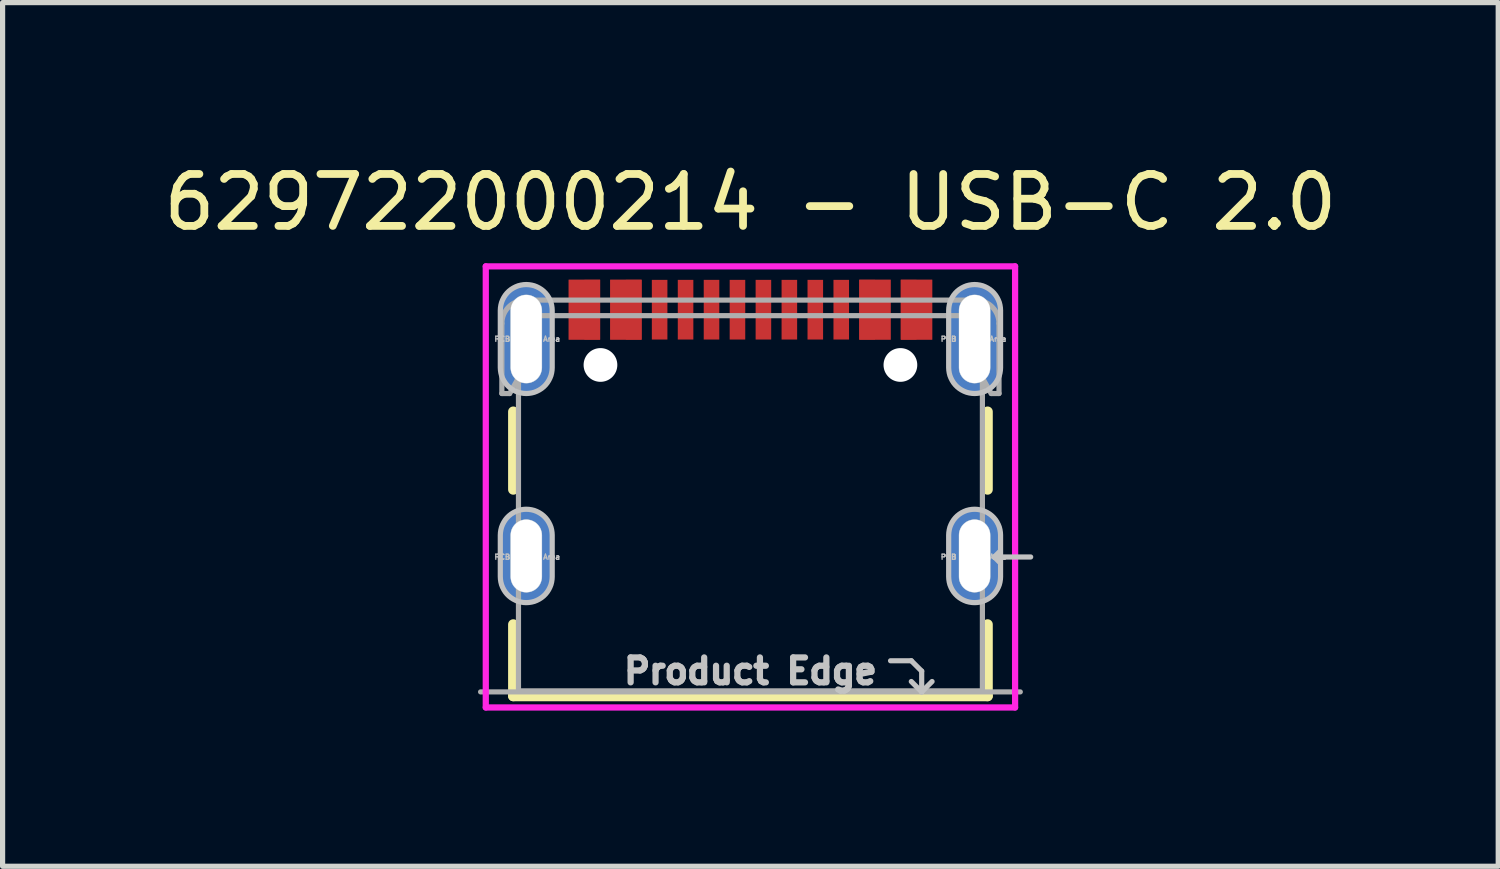
<source format=kicad_pcb>
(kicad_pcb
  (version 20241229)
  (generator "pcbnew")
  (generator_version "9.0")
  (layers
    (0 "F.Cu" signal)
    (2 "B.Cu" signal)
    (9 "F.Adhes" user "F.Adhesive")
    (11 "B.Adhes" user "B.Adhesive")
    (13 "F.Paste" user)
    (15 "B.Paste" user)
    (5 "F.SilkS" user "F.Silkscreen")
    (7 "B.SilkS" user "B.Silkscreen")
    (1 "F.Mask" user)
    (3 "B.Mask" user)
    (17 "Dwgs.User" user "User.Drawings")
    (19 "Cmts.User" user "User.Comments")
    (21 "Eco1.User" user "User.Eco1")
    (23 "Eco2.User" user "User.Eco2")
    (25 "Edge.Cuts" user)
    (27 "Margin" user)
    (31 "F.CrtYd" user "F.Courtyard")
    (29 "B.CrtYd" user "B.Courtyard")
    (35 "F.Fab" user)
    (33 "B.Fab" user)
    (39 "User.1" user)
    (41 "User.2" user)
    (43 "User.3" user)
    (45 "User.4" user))
  (footprint "629722000214 - USB-C 2.0"
    (layer "F.Cu")
    (at 11.411 7.663)
    (property "Reference" "629722000214 - USB-C 2.0" (at 0 -6.815 0) (layer "F.SilkS") (effects (font (size 1 1) (thickness 0.15))))
    (attr through_hole)
    (fp_poly (pts (xy -3.6 -5.42) (xy -3.6 -4.07) (xy -2.8 -4.07) (xy -2.8 -5.42)) (stroke (width 0.01) (type solid)) (fill yes) (layer "F.Mask"))
    (fp_poly (pts (xy -2.8 -5.42) (xy -2.8 -4.07) (xy -2 -4.07) (xy -2 -5.42)) (stroke (width 0.01) (type solid)) (fill yes) (layer "F.Mask"))
    (fp_poly (pts (xy 2 -5.42) (xy 2 -4.07) (xy 2.8 -4.07) (xy 2.8 -5.42)) (stroke (width 0.01) (type solid)) (fill yes) (layer "F.Mask"))
    (fp_poly (pts (xy 2.8 -5.42) (xy 2.8 -4.07) (xy 3.6 -4.07) (xy 3.6 -5.42)) (stroke (width 0.01) (type solid)) (fill yes) (layer "F.Mask"))
    (fp_poly (pts (xy -3.72 -3.63) (xy -3.723 -3.567) (xy -3.733 -3.505) (xy -3.749 -3.445) (xy -3.772 -3.386) (xy -3.8 -3.33) (xy -3.835 -3.277) (xy -3.874 -3.229) (xy -3.919 -3.184) (xy -3.967 -3.145) (xy -4.02 -3.11) (xy -4.076 -3.082) (xy -4.135 -3.059) (xy -4.195 -3.043) (xy -4.257 -3.033) (xy -4.32 -3.03) (xy -4.383 -3.033) (xy -4.445 -3.043) (xy -4.505 -3.059) (xy -4.564 -3.082) (xy -4.62 -3.11) (xy -4.673 -3.145) (xy -4.721 -3.184) (xy -4.766 -3.229) (xy -4.805 -3.277) (xy -4.84 -3.33) (xy -4.868 -3.386) (xy -4.891 -3.445) (xy -4.907 -3.505) (xy -4.917 -3.567) (xy -4.92 -3.63) (xy -4.92 -4.73) (xy -4.917 -4.793) (xy -4.907 -4.855) (xy -4.891 -4.915) (xy -4.868 -4.974) (xy -4.84 -5.03) (xy -4.805 -5.083) (xy -4.766 -5.131) (xy -4.721 -5.176) (xy -4.673 -5.215) (xy -4.62 -5.25) (xy -4.564 -5.278) (xy -4.505 -5.301) (xy -4.445 -5.317) (xy -4.383 -5.327) (xy -4.32 -5.33) (xy -4.257 -5.327) (xy -4.195 -5.317) (xy -4.135 -5.301) (xy -4.076 -5.278) (xy -4.02 -5.25) (xy -3.967 -5.215) (xy -3.919 -5.176) (xy -3.874 -5.131) (xy -3.835 -5.083) (xy -3.8 -5.03) (xy -3.772 -4.974) (xy -3.749 -4.915) (xy -3.733 -4.855) (xy -3.723 -4.793) (xy -3.72 -4.73) (xy -3.72 -3.63)) (stroke (width 0.1) (type solid)) (fill yes) (layer "F.Mask"))
    (fp_poly (pts (xy -3.72 0.4) (xy -3.723 0.463) (xy -3.733 0.525) (xy -3.749 0.585) (xy -3.772 0.644) (xy -3.8 0.7) (xy -3.835 0.753) (xy -3.874 0.801) (xy -3.919 0.846) (xy -3.967 0.885) (xy -4.02 0.92) (xy -4.076 0.948) (xy -4.135 0.971) (xy -4.195 0.987) (xy -4.257 0.997) (xy -4.32 1) (xy -4.383 0.997) (xy -4.445 0.987) (xy -4.505 0.971) (xy -4.564 0.948) (xy -4.62 0.92) (xy -4.673 0.885) (xy -4.721 0.846) (xy -4.766 0.801) (xy -4.805 0.753) (xy -4.84 0.7) (xy -4.868 0.644) (xy -4.891 0.585) (xy -4.907 0.525) (xy -4.917 0.463) (xy -4.92 0.4) (xy -4.92 -0.4) (xy -4.917 -0.463) (xy -4.907 -0.525) (xy -4.891 -0.585) (xy -4.868 -0.644) (xy -4.84 -0.7) (xy -4.805 -0.753) (xy -4.766 -0.801) (xy -4.721 -0.846) (xy -4.673 -0.885) (xy -4.62 -0.92) (xy -4.564 -0.948) (xy -4.505 -0.971) (xy -4.445 -0.987) (xy -4.383 -0.997) (xy -4.32 -1) (xy -4.257 -0.997) (xy -4.195 -0.987) (xy -4.135 -0.971) (xy -4.076 -0.948) (xy -4.02 -0.92) (xy -3.967 -0.885) (xy -3.919 -0.846) (xy -3.874 -0.801) (xy -3.835 -0.753) (xy -3.8 -0.7) (xy -3.772 -0.644) (xy -3.749 -0.585) (xy -3.733 -0.525) (xy -3.723 -0.463) (xy -3.72 -0.4) (xy -3.72 0.4)) (stroke (width 0.1) (type solid)) (fill yes) (layer "F.Mask"))
    (fp_poly (pts (xy 3.72 -3.63) (xy 3.723 -3.567) (xy 3.733 -3.505) (xy 3.749 -3.445) (xy 3.772 -3.386) (xy 3.8 -3.33) (xy 3.835 -3.277) (xy 3.874 -3.229) (xy 3.919 -3.184) (xy 3.967 -3.145) (xy 4.02 -3.11) (xy 4.076 -3.082) (xy 4.135 -3.059) (xy 4.195 -3.043) (xy 4.257 -3.033) (xy 4.32 -3.03) (xy 4.383 -3.033) (xy 4.445 -3.043) (xy 4.505 -3.059) (xy 4.564 -3.082) (xy 4.62 -3.11) (xy 4.673 -3.145) (xy 4.721 -3.184) (xy 4.766 -3.229) (xy 4.805 -3.277) (xy 4.84 -3.33) (xy 4.868 -3.386) (xy 4.891 -3.445) (xy 4.907 -3.505) (xy 4.917 -3.567) (xy 4.92 -3.63) (xy 4.92 -4.73) (xy 4.917 -4.793) (xy 4.907 -4.855) (xy 4.891 -4.915) (xy 4.868 -4.974) (xy 4.84 -5.03) (xy 4.805 -5.083) (xy 4.766 -5.131) (xy 4.721 -5.176) (xy 4.673 -5.215) (xy 4.62 -5.25) (xy 4.564 -5.278) (xy 4.505 -5.301) (xy 4.445 -5.317) (xy 4.383 -5.327) (xy 4.32 -5.33) (xy 4.257 -5.327) (xy 4.195 -5.317) (xy 4.135 -5.301) (xy 4.076 -5.278) (xy 4.02 -5.25) (xy 3.967 -5.215) (xy 3.919 -5.176) (xy 3.874 -5.131) (xy 3.835 -5.083) (xy 3.8 -5.03) (xy 3.772 -4.974) (xy 3.749 -4.915) (xy 3.733 -4.855) (xy 3.723 -4.793) (xy 3.72 -4.73) (xy 3.72 -3.63)) (stroke (width 0.1) (type solid)) (fill yes) (layer "F.Mask"))
    (fp_poly (pts (xy 3.72 0.4) (xy 3.723 0.463) (xy 3.733 0.525) (xy 3.749 0.585) (xy 3.772 0.644) (xy 3.8 0.7) (xy 3.835 0.753) (xy 3.874 0.801) (xy 3.919 0.846) (xy 3.967 0.885) (xy 4.02 0.92) (xy 4.076 0.948) (xy 4.135 0.971) (xy 4.195 0.987) (xy 4.257 0.997) (xy 4.32 1) (xy 4.383 0.997) (xy 4.445 0.987) (xy 4.505 0.971) (xy 4.564 0.948) (xy 4.62 0.92) (xy 4.673 0.885) (xy 4.721 0.846) (xy 4.766 0.801) (xy 4.805 0.753) (xy 4.84 0.7) (xy 4.868 0.644) (xy 4.891 0.585) (xy 4.907 0.525) (xy 4.917 0.463) (xy 4.92 0.4) (xy 4.92 -0.4) (xy 4.917 -0.463) (xy 4.907 -0.525) (xy 4.891 -0.585) (xy 4.868 -0.644) (xy 4.84 -0.7) (xy 4.805 -0.753) (xy 4.766 -0.801) (xy 4.721 -0.846) (xy 4.673 -0.885) (xy 4.62 -0.92) (xy 4.564 -0.948) (xy 4.505 -0.971) (xy 4.445 -0.987) (xy 4.383 -0.997) (xy 4.32 -1) (xy 4.257 -0.997) (xy 4.195 -0.987) (xy 4.135 -0.971) (xy 4.076 -0.948) (xy 4.02 -0.92) (xy 3.967 -0.885) (xy 3.919 -0.846) (xy 3.874 -0.801) (xy 3.835 -0.753) (xy 3.8 -0.7) (xy 3.772 -0.644) (xy 3.749 -0.585) (xy 3.733 -0.525) (xy 3.723 -0.463) (xy 3.72 -0.4) (xy 3.72 0.4)) (stroke (width 0.1) (type solid)) (fill yes) (layer "F.Mask"))
    (fp_poly (pts (xy -3.72 -3.63) (xy -3.723 -3.567) (xy -3.733 -3.505) (xy -3.749 -3.445) (xy -3.772 -3.386) (xy -3.8 -3.33) (xy -3.835 -3.277) (xy -3.874 -3.229) (xy -3.919 -3.184) (xy -3.967 -3.145) (xy -4.02 -3.11) (xy -4.076 -3.082) (xy -4.135 -3.059) (xy -4.195 -3.043) (xy -4.257 -3.033) (xy -4.32 -3.03) (xy -4.383 -3.033) (xy -4.445 -3.043) (xy -4.505 -3.059) (xy -4.564 -3.082) (xy -4.62 -3.11) (xy -4.673 -3.145) (xy -4.721 -3.184) (xy -4.766 -3.229) (xy -4.805 -3.277) (xy -4.84 -3.33) (xy -4.868 -3.386) (xy -4.891 -3.445) (xy -4.907 -3.505) (xy -4.917 -3.567) (xy -4.92 -3.63) (xy -4.92 -4.73) (xy -4.917 -4.793) (xy -4.907 -4.855) (xy -4.891 -4.915) (xy -4.868 -4.974) (xy -4.84 -5.03) (xy -4.805 -5.083) (xy -4.766 -5.131) (xy -4.721 -5.176) (xy -4.673 -5.215) (xy -4.62 -5.25) (xy -4.564 -5.278) (xy -4.505 -5.301) (xy -4.445 -5.317) (xy -4.383 -5.327) (xy -4.32 -5.33) (xy -4.257 -5.327) (xy -4.195 -5.317) (xy -4.135 -5.301) (xy -4.076 -5.278) (xy -4.02 -5.25) (xy -3.967 -5.215) (xy -3.919 -5.176) (xy -3.874 -5.131) (xy -3.835 -5.083) (xy -3.8 -5.03) (xy -3.772 -4.974) (xy -3.749 -4.915) (xy -3.733 -4.855) (xy -3.723 -4.793) (xy -3.72 -4.73) (xy -3.72 -3.63)) (stroke (width 0.1) (type solid)) (fill yes) (layer "B.Mask"))
    (fp_poly (pts (xy -3.72 0.4) (xy -3.723 0.463) (xy -3.733 0.525) (xy -3.749 0.585) (xy -3.772 0.644) (xy -3.8 0.7) (xy -3.835 0.753) (xy -3.874 0.801) (xy -3.919 0.846) (xy -3.967 0.885) (xy -4.02 0.92) (xy -4.076 0.948) (xy -4.135 0.971) (xy -4.195 0.987) (xy -4.257 0.997) (xy -4.32 1) (xy -4.383 0.997) (xy -4.445 0.987) (xy -4.505 0.971) (xy -4.564 0.948) (xy -4.62 0.92) (xy -4.673 0.885) (xy -4.721 0.846) (xy -4.766 0.801) (xy -4.805 0.753) (xy -4.84 0.7) (xy -4.868 0.644) (xy -4.891 0.585) (xy -4.907 0.525) (xy -4.917 0.463) (xy -4.92 0.4) (xy -4.92 -0.4) (xy -4.917 -0.463) (xy -4.907 -0.525) (xy -4.891 -0.585) (xy -4.868 -0.644) (xy -4.84 -0.7) (xy -4.805 -0.753) (xy -4.766 -0.801) (xy -4.721 -0.846) (xy -4.673 -0.885) (xy -4.62 -0.92) (xy -4.564 -0.948) (xy -4.505 -0.971) (xy -4.445 -0.987) (xy -4.383 -0.997) (xy -4.32 -1) (xy -4.257 -0.997) (xy -4.195 -0.987) (xy -4.135 -0.971) (xy -4.076 -0.948) (xy -4.02 -0.92) (xy -3.967 -0.885) (xy -3.919 -0.846) (xy -3.874 -0.801) (xy -3.835 -0.753) (xy -3.8 -0.7) (xy -3.772 -0.644) (xy -3.749 -0.585) (xy -3.733 -0.525) (xy -3.723 -0.463) (xy -3.72 -0.4) (xy -3.72 0.4)) (stroke (width 0.1) (type solid)) (fill yes) (layer "B.Mask"))
    (fp_poly (pts (xy 3.72 -3.63) (xy 3.723 -3.567) (xy 3.733 -3.505) (xy 3.749 -3.445) (xy 3.772 -3.386) (xy 3.8 -3.33) (xy 3.835 -3.277) (xy 3.874 -3.229) (xy 3.919 -3.184) (xy 3.967 -3.145) (xy 4.02 -3.11) (xy 4.076 -3.082) (xy 4.135 -3.059) (xy 4.195 -3.043) (xy 4.257 -3.033) (xy 4.32 -3.03) (xy 4.383 -3.033) (xy 4.445 -3.043) (xy 4.505 -3.059) (xy 4.564 -3.082) (xy 4.62 -3.11) (xy 4.673 -3.145) (xy 4.721 -3.184) (xy 4.766 -3.229) (xy 4.805 -3.277) (xy 4.84 -3.33) (xy 4.868 -3.386) (xy 4.891 -3.445) (xy 4.907 -3.505) (xy 4.917 -3.567) (xy 4.92 -3.63) (xy 4.92 -4.73) (xy 4.917 -4.793) (xy 4.907 -4.855) (xy 4.891 -4.915) (xy 4.868 -4.974) (xy 4.84 -5.03) (xy 4.805 -5.083) (xy 4.766 -5.131) (xy 4.721 -5.176) (xy 4.673 -5.215) (xy 4.62 -5.25) (xy 4.564 -5.278) (xy 4.505 -5.301) (xy 4.445 -5.317) (xy 4.383 -5.327) (xy 4.32 -5.33) (xy 4.257 -5.327) (xy 4.195 -5.317) (xy 4.135 -5.301) (xy 4.076 -5.278) (xy 4.02 -5.25) (xy 3.967 -5.215) (xy 3.919 -5.176) (xy 3.874 -5.131) (xy 3.835 -5.083) (xy 3.8 -5.03) (xy 3.772 -4.974) (xy 3.749 -4.915) (xy 3.733 -4.855) (xy 3.723 -4.793) (xy 3.72 -4.73) (xy 3.72 -3.63)) (stroke (width 0.1) (type solid)) (fill yes) (layer "B.Mask"))
    (fp_poly (pts (xy 3.72 0.4) (xy 3.723 0.463) (xy 3.733 0.525) (xy 3.749 0.585) (xy 3.772 0.644) (xy 3.8 0.7) (xy 3.835 0.753) (xy 3.874 0.801) (xy 3.919 0.846) (xy 3.967 0.885) (xy 4.02 0.92) (xy 4.076 0.948) (xy 4.135 0.971) (xy 4.195 0.987) (xy 4.257 0.997) (xy 4.32 1) (xy 4.383 0.997) (xy 4.445 0.987) (xy 4.505 0.971) (xy 4.564 0.948) (xy 4.62 0.92) (xy 4.673 0.885) (xy 4.721 0.846) (xy 4.766 0.801) (xy 4.805 0.753) (xy 4.84 0.7) (xy 4.868 0.644) (xy 4.891 0.585) (xy 4.907 0.525) (xy 4.917 0.463) (xy 4.92 0.4) (xy 4.92 -0.4) (xy 4.917 -0.463) (xy 4.907 -0.525) (xy 4.891 -0.585) (xy 4.868 -0.644) (xy 4.84 -0.7) (xy 4.805 -0.753) (xy 4.766 -0.801) (xy 4.721 -0.846) (xy 4.673 -0.885) (xy 4.62 -0.92) (xy 4.564 -0.948) (xy 4.505 -0.971) (xy 4.445 -0.987) (xy 4.383 -0.997) (xy 4.32 -1) (xy 4.257 -0.997) (xy 4.195 -0.987) (xy 4.135 -0.971) (xy 4.076 -0.948) (xy 4.02 -0.92) (xy 3.967 -0.885) (xy 3.919 -0.846) (xy 3.874 -0.801) (xy 3.835 -0.753) (xy 3.8 -0.7) (xy 3.772 -0.644) (xy 3.749 -0.585) (xy 3.733 -0.525) (xy 3.723 -0.463) (xy 3.72 -0.4) (xy 3.72 0.4)) (stroke (width 0.1) (type solid)) (fill yes) (layer "B.Mask"))
    (fp_line (start -4.57 -2.78) (end -4.57 -1.28) (stroke (width 0.2) (type solid)) (layer "F.SilkS"))
    (fp_line (start -4.57 1.32) (end -4.57 2.7) (stroke (width 0.2) (type solid)) (layer "F.SilkS"))
    (fp_line (start -4.57 2.7) (end 4.57 2.7) (stroke (width 0.2) (type solid)) (layer "F.SilkS"))
    (fp_line (start 4.57 -1.28) (end 4.57 -2.78) (stroke (width 0.2) (type solid)) (layer "F.SilkS"))
    (fp_line (start 4.57 2.7) (end 4.57 1.32) (stroke (width 0.2) (type solid)) (layer "F.SilkS"))
    (fp_poly (pts (xy -3.5 -5.32) (xy -3.5 -4.17) (xy -2.9 -4.17) (xy -2.9 -5.32)) (stroke (width 0.01) (type solid)) (fill yes) (layer "F.Paste"))
    (fp_poly (pts (xy -2.7 -5.32) (xy -2.7 -4.17) (xy -2.1 -4.17) (xy -2.1 -5.32)) (stroke (width 0.01) (type solid)) (fill yes) (layer "F.Paste"))
    (fp_poly (pts (xy 2.1 -5.32) (xy 2.1 -4.17) (xy 2.7 -4.17) (xy 2.7 -5.32)) (stroke (width 0.01) (type solid)) (fill yes) (layer "F.Paste"))
    (fp_poly (pts (xy 2.9 -5.32) (xy 2.9 -4.17) (xy 3.5 -4.17) (xy 3.5 -5.32)) (stroke (width 0.01) (type solid)) (fill yes) (layer "F.Paste"))
    (fp_line (start 2.7 2.02) (end 3.1 2.02) (stroke (width 0.1) (type solid)) (layer "Dwgs.User"))
    (fp_line (start 3.1 2.02) (end 3.3 2.22) (stroke (width 0.1) (type solid)) (layer "Dwgs.User"))
    (fp_line (start 3.3 2.22) (end 3.3 2.62) (stroke (width 0.1) (type solid)) (layer "Dwgs.User"))
    (fp_line (start 3.3 2.62) (end 3.1 2.42) (stroke (width 0.1) (type solid)) (layer "Dwgs.User"))
    (fp_line (start 3.3 2.62) (end 3.5 2.42) (stroke (width 0.1) (type solid)) (layer "Dwgs.User"))
    (fp_line (start 4.7 0.02) (end 4.8 -0.08) (stroke (width 0.1) (type solid)) (layer "Dwgs.User"))
    (fp_line (start 4.7 0.02) (end 4.8 0.12) (stroke (width 0.1) (type solid)) (layer "Dwgs.User"))
    (fp_line (start 5.4 0.02) (end 4.7 0.02) (stroke (width 0.1) (type solid)) (layer "Dwgs.User"))
    (fp_poly (pts (xy -3.82 -3.63) (xy -3.823 -3.578) (xy -3.831 -3.526) (xy -3.844 -3.475) (xy -3.863 -3.427) (xy -3.887 -3.38) (xy -3.915 -3.336) (xy -3.948 -3.295) (xy -3.985 -3.258) (xy -4.026 -3.225) (xy -4.07 -3.197) (xy -4.117 -3.173) (xy -4.165 -3.154) (xy -4.216 -3.141) (xy -4.268 -3.133) (xy -4.32 -3.13) (xy -4.372 -3.133) (xy -4.424 -3.141) (xy -4.475 -3.154) (xy -4.523 -3.173) (xy -4.57 -3.197) (xy -4.614 -3.225) (xy -4.655 -3.258) (xy -4.692 -3.295) (xy -4.725 -3.336) (xy -4.753 -3.38) (xy -4.777 -3.427) (xy -4.796 -3.475) (xy -4.809 -3.526) (xy -4.817 -3.578) (xy -4.82 -3.63) (xy -4.82 -4.73) (xy -4.817 -4.782) (xy -4.809 -4.834) (xy -4.796 -4.885) (xy -4.777 -4.933) (xy -4.753 -4.98) (xy -4.725 -5.024) (xy -4.692 -5.065) (xy -4.655 -5.102) (xy -4.614 -5.135) (xy -4.57 -5.163) (xy -4.523 -5.187) (xy -4.475 -5.206) (xy -4.424 -5.219) (xy -4.372 -5.227) (xy -4.32 -5.23) (xy -4.268 -5.227) (xy -4.216 -5.219) (xy -4.165 -5.206) (xy -4.117 -5.187) (xy -4.07 -5.163) (xy -4.026 -5.135) (xy -3.985 -5.102) (xy -3.948 -5.065) (xy -3.915 -5.024) (xy -3.887 -4.98) (xy -3.863 -4.933) (xy -3.844 -4.885) (xy -3.831 -4.834) (xy -3.823 -4.782) (xy -3.82 -4.73) (xy -3.82 -3.63)) (stroke (width 0.1) (type solid)) (fill no) (layer "Dwgs.User"))
    (fp_poly (pts (xy -3.82 0.4) (xy -3.823 0.452) (xy -3.831 0.504) (xy -3.844 0.555) (xy -3.863 0.603) (xy -3.887 0.65) (xy -3.915 0.694) (xy -3.948 0.735) (xy -3.985 0.772) (xy -4.026 0.805) (xy -4.07 0.833) (xy -4.117 0.857) (xy -4.165 0.876) (xy -4.216 0.889) (xy -4.268 0.897) (xy -4.32 0.9) (xy -4.372 0.897) (xy -4.424 0.889) (xy -4.475 0.876) (xy -4.523 0.857) (xy -4.57 0.833) (xy -4.614 0.805) (xy -4.655 0.772) (xy -4.692 0.735) (xy -4.725 0.694) (xy -4.753 0.65) (xy -4.777 0.603) (xy -4.796 0.555) (xy -4.809 0.504) (xy -4.817 0.452) (xy -4.82 0.4) (xy -4.82 -0.4) (xy -4.817 -0.452) (xy -4.809 -0.504) (xy -4.796 -0.555) (xy -4.777 -0.603) (xy -4.753 -0.65) (xy -4.725 -0.694) (xy -4.692 -0.735) (xy -4.655 -0.772) (xy -4.614 -0.805) (xy -4.57 -0.833) (xy -4.523 -0.857) (xy -4.475 -0.876) (xy -4.424 -0.889) (xy -4.372 -0.897) (xy -4.32 -0.9) (xy -4.268 -0.897) (xy -4.216 -0.889) (xy -4.165 -0.876) (xy -4.117 -0.857) (xy -4.07 -0.833) (xy -4.026 -0.805) (xy -3.985 -0.772) (xy -3.948 -0.735) (xy -3.915 -0.694) (xy -3.887 -0.65) (xy -3.863 -0.603) (xy -3.844 -0.555) (xy -3.831 -0.504) (xy -3.823 -0.452) (xy -3.82 -0.4) (xy -3.82 0.4)) (stroke (width 0.1) (type solid)) (fill no) (layer "Dwgs.User"))
    (fp_poly (pts (xy 3.82 -3.63) (xy 3.823 -3.578) (xy 3.831 -3.526) (xy 3.844 -3.475) (xy 3.863 -3.427) (xy 3.887 -3.38) (xy 3.915 -3.336) (xy 3.948 -3.295) (xy 3.985 -3.258) (xy 4.026 -3.225) (xy 4.07 -3.197) (xy 4.117 -3.173) (xy 4.165 -3.154) (xy 4.216 -3.141) (xy 4.268 -3.133) (xy 4.32 -3.13) (xy 4.372 -3.133) (xy 4.424 -3.141) (xy 4.475 -3.154) (xy 4.523 -3.173) (xy 4.57 -3.197) (xy 4.614 -3.225) (xy 4.655 -3.258) (xy 4.692 -3.295) (xy 4.725 -3.336) (xy 4.753 -3.38) (xy 4.777 -3.427) (xy 4.796 -3.475) (xy 4.809 -3.526) (xy 4.817 -3.578) (xy 4.82 -3.63) (xy 4.82 -4.73) (xy 4.817 -4.782) (xy 4.809 -4.834) (xy 4.796 -4.885) (xy 4.777 -4.933) (xy 4.753 -4.98) (xy 4.725 -5.024) (xy 4.692 -5.065) (xy 4.655 -5.102) (xy 4.614 -5.135) (xy 4.57 -5.163) (xy 4.523 -5.187) (xy 4.475 -5.206) (xy 4.424 -5.219) (xy 4.372 -5.227) (xy 4.32 -5.23) (xy 4.268 -5.227) (xy 4.216 -5.219) (xy 4.165 -5.206) (xy 4.117 -5.187) (xy 4.07 -5.163) (xy 4.026 -5.135) (xy 3.985 -5.102) (xy 3.948 -5.065) (xy 3.915 -5.024) (xy 3.887 -4.98) (xy 3.863 -4.933) (xy 3.844 -4.885) (xy 3.831 -4.834) (xy 3.823 -4.782) (xy 3.82 -4.73) (xy 3.82 -3.63)) (stroke (width 0.1) (type solid)) (fill no) (layer "Dwgs.User"))
    (fp_poly (pts (xy 3.82 0.4) (xy 3.823 0.452) (xy 3.831 0.504) (xy 3.844 0.555) (xy 3.863 0.603) (xy 3.887 0.65) (xy 3.915 0.694) (xy 3.948 0.735) (xy 3.985 0.772) (xy 4.026 0.805) (xy 4.07 0.833) (xy 4.117 0.857) (xy 4.165 0.876) (xy 4.216 0.889) (xy 4.268 0.897) (xy 4.32 0.9) (xy 4.372 0.897) (xy 4.424 0.889) (xy 4.475 0.876) (xy 4.523 0.857) (xy 4.57 0.833) (xy 4.614 0.805) (xy 4.655 0.772) (xy 4.692 0.735) (xy 4.725 0.694) (xy 4.753 0.65) (xy 4.777 0.603) (xy 4.796 0.555) (xy 4.809 0.504) (xy 4.817 0.452) (xy 4.82 0.4) (xy 4.82 -0.4) (xy 4.817 -0.452) (xy 4.809 -0.504) (xy 4.796 -0.555) (xy 4.777 -0.603) (xy 4.753 -0.65) (xy 4.725 -0.694) (xy 4.692 -0.735) (xy 4.655 -0.772) (xy 4.614 -0.805) (xy 4.57 -0.833) (xy 4.523 -0.857) (xy 4.475 -0.876) (xy 4.424 -0.889) (xy 4.372 -0.897) (xy 4.32 -0.9) (xy 4.268 -0.897) (xy 4.216 -0.889) (xy 4.165 -0.876) (xy 4.117 -0.857) (xy 4.07 -0.833) (xy 4.026 -0.805) (xy 3.985 -0.772) (xy 3.948 -0.735) (xy 3.915 -0.694) (xy 3.887 -0.65) (xy 3.863 -0.603) (xy 3.844 -0.555) (xy 3.831 -0.504) (xy 3.823 -0.452) (xy 3.82 -0.4) (xy 3.82 0.4)) (stroke (width 0.1) (type solid)) (fill no) (layer "Dwgs.User"))
    (fp_poly (pts (xy -4.02 -3.63) (xy -4.022 -3.599) (xy -4.027 -3.568) (xy -4.035 -3.537) (xy -4.046 -3.508) (xy -4.06 -3.48) (xy -4.077 -3.454) (xy -4.097 -3.429) (xy -4.119 -3.407) (xy -4.144 -3.387) (xy -4.17 -3.37) (xy -4.198 -3.356) (xy -4.227 -3.345) (xy -4.258 -3.337) (xy -4.289 -3.332) (xy -4.32 -3.33) (xy -4.351 -3.332) (xy -4.382 -3.337) (xy -4.413 -3.345) (xy -4.442 -3.356) (xy -4.47 -3.37) (xy -4.496 -3.387) (xy -4.521 -3.407) (xy -4.543 -3.429) (xy -4.563 -3.454) (xy -4.58 -3.48) (xy -4.594 -3.508) (xy -4.605 -3.537) (xy -4.613 -3.568) (xy -4.618 -3.599) (xy -4.62 -3.63) (xy -4.62 -4.73) (xy -4.618 -4.761) (xy -4.613 -4.792) (xy -4.605 -4.823) (xy -4.594 -4.852) (xy -4.58 -4.88) (xy -4.563 -4.906) (xy -4.543 -4.931) (xy -4.521 -4.953) (xy -4.496 -4.973) (xy -4.47 -4.99) (xy -4.442 -5.004) (xy -4.413 -5.015) (xy -4.382 -5.023) (xy -4.351 -5.028) (xy -4.32 -5.03) (xy -4.289 -5.028) (xy -4.258 -5.023) (xy -4.227 -5.015) (xy -4.198 -5.004) (xy -4.17 -4.99) (xy -4.144 -4.973) (xy -4.119 -4.953) (xy -4.097 -4.931) (xy -4.077 -4.906) (xy -4.06 -4.88) (xy -4.046 -4.852) (xy -4.035 -4.823) (xy -4.027 -4.792) (xy -4.022 -4.761) (xy -4.02 -4.73) (xy -4.02 -3.63)) (stroke (width 0.01) (type solid)) (fill no) (layer "Edge.Cuts"))
    (fp_poly (pts (xy -4.02 0.4) (xy -4.022 0.431) (xy -4.027 0.462) (xy -4.035 0.493) (xy -4.046 0.522) (xy -4.06 0.55) (xy -4.077 0.576) (xy -4.097 0.601) (xy -4.119 0.623) (xy -4.144 0.643) (xy -4.17 0.66) (xy -4.198 0.674) (xy -4.227 0.685) (xy -4.258 0.693) (xy -4.289 0.698) (xy -4.32 0.7) (xy -4.351 0.698) (xy -4.382 0.693) (xy -4.413 0.685) (xy -4.442 0.674) (xy -4.47 0.66) (xy -4.496 0.643) (xy -4.521 0.623) (xy -4.543 0.601) (xy -4.563 0.576) (xy -4.58 0.55) (xy -4.594 0.522) (xy -4.605 0.493) (xy -4.613 0.462) (xy -4.618 0.431) (xy -4.62 0.4) (xy -4.62 -0.4) (xy -4.618 -0.431) (xy -4.613 -0.462) (xy -4.605 -0.493) (xy -4.594 -0.522) (xy -4.58 -0.55) (xy -4.563 -0.576) (xy -4.543 -0.601) (xy -4.521 -0.623) (xy -4.496 -0.643) (xy -4.47 -0.66) (xy -4.442 -0.674) (xy -4.413 -0.685) (xy -4.382 -0.693) (xy -4.351 -0.698) (xy -4.32 -0.7) (xy -4.289 -0.698) (xy -4.258 -0.693) (xy -4.227 -0.685) (xy -4.198 -0.674) (xy -4.17 -0.66) (xy -4.144 -0.643) (xy -4.119 -0.623) (xy -4.097 -0.601) (xy -4.077 -0.576) (xy -4.06 -0.55) (xy -4.046 -0.522) (xy -4.035 -0.493) (xy -4.027 -0.462) (xy -4.022 -0.431) (xy -4.02 -0.4) (xy -4.02 0.4)) (stroke (width 0.01) (type solid)) (fill no) (layer "Edge.Cuts"))
    (fp_poly (pts (xy 4.02 -3.63) (xy 4.022 -3.599) (xy 4.027 -3.568) (xy 4.035 -3.537) (xy 4.046 -3.508) (xy 4.06 -3.48) (xy 4.077 -3.454) (xy 4.097 -3.429) (xy 4.119 -3.407) (xy 4.144 -3.387) (xy 4.17 -3.37) (xy 4.198 -3.356) (xy 4.227 -3.345) (xy 4.258 -3.337) (xy 4.289 -3.332) (xy 4.32 -3.33) (xy 4.351 -3.332) (xy 4.382 -3.337) (xy 4.413 -3.345) (xy 4.442 -3.356) (xy 4.47 -3.37) (xy 4.496 -3.387) (xy 4.521 -3.407) (xy 4.543 -3.429) (xy 4.563 -3.454) (xy 4.58 -3.48) (xy 4.594 -3.508) (xy 4.605 -3.537) (xy 4.613 -3.568) (xy 4.618 -3.599) (xy 4.62 -3.63) (xy 4.62 -4.73) (xy 4.618 -4.761) (xy 4.613 -4.792) (xy 4.605 -4.823) (xy 4.594 -4.852) (xy 4.58 -4.88) (xy 4.563 -4.906) (xy 4.543 -4.931) (xy 4.521 -4.953) (xy 4.496 -4.973) (xy 4.47 -4.99) (xy 4.442 -5.004) (xy 4.413 -5.015) (xy 4.382 -5.023) (xy 4.351 -5.028) (xy 4.32 -5.03) (xy 4.289 -5.028) (xy 4.258 -5.023) (xy 4.227 -5.015) (xy 4.198 -5.004) (xy 4.17 -4.99) (xy 4.144 -4.973) (xy 4.119 -4.953) (xy 4.097 -4.931) (xy 4.077 -4.906) (xy 4.06 -4.88) (xy 4.046 -4.852) (xy 4.035 -4.823) (xy 4.027 -4.792) (xy 4.022 -4.761) (xy 4.02 -4.73) (xy 4.02 -3.63)) (stroke (width 0.01) (type solid)) (fill no) (layer "Edge.Cuts"))
    (fp_poly (pts (xy 4.02 0.4) (xy 4.022 0.431) (xy 4.027 0.462) (xy 4.035 0.493) (xy 4.046 0.522) (xy 4.06 0.55) (xy 4.077 0.576) (xy 4.097 0.601) (xy 4.119 0.623) (xy 4.144 0.643) (xy 4.17 0.66) (xy 4.198 0.674) (xy 4.227 0.685) (xy 4.258 0.693) (xy 4.289 0.698) (xy 4.32 0.7) (xy 4.351 0.698) (xy 4.382 0.693) (xy 4.413 0.685) (xy 4.442 0.674) (xy 4.47 0.66) (xy 4.496 0.643) (xy 4.521 0.623) (xy 4.543 0.601) (xy 4.563 0.576) (xy 4.58 0.55) (xy 4.594 0.522) (xy 4.605 0.493) (xy 4.613 0.462) (xy 4.618 0.431) (xy 4.62 0.4) (xy 4.62 -0.4) (xy 4.618 -0.431) (xy 4.613 -0.462) (xy 4.605 -0.493) (xy 4.594 -0.522) (xy 4.58 -0.55) (xy 4.563 -0.576) (xy 4.543 -0.601) (xy 4.521 -0.623) (xy 4.496 -0.643) (xy 4.47 -0.66) (xy 4.442 -0.674) (xy 4.413 -0.685) (xy 4.382 -0.693) (xy 4.351 -0.698) (xy 4.32 -0.7) (xy 4.289 -0.698) (xy 4.258 -0.693) (xy 4.227 -0.685) (xy 4.198 -0.674) (xy 4.17 -0.66) (xy 4.144 -0.643) (xy 4.119 -0.623) (xy 4.097 -0.601) (xy 4.077 -0.576) (xy 4.06 -0.55) (xy 4.046 -0.522) (xy 4.035 -0.493) (xy 4.027 -0.462) (xy 4.022 -0.431) (xy 4.02 -0.4) (xy 4.02 0.4)) (stroke (width 0.01) (type solid)) (fill no) (layer "Edge.Cuts"))
    (fp_line (start -5.1 -5.58) (end 5.1 -5.58) (stroke (width 0.12) (type solid)) (layer "F.CrtYd"))
    (fp_line (start -5.1 2.92) (end -5.1 -5.58) (stroke (width 0.12) (type solid)) (layer "F.CrtYd"))
    (fp_line (start 5.1 -5.58) (end 5.1 2.92) (stroke (width 0.12) (type solid)) (layer "F.CrtYd"))
    (fp_line (start 5.1 2.92) (end -5.1 2.92) (stroke (width 0.12) (type solid)) (layer "F.CrtYd"))
    (fp_line (start -5.2 2.62) (end 5.2 2.62) (stroke (width 0.1) (type solid)) (layer "F.Fab"))
    (fp_line (start -4.79 -4.48) (end -4.79 -3.13) (stroke (width 0.1) (type solid)) (layer "F.Fab"))
    (fp_line (start -4.79 -3.13) (end -4.64 -3.13) (stroke (width 0.1) (type solid)) (layer "F.Fab"))
    (fp_line (start -4.64 -3.13) (end -4.47 -3.43) (stroke (width 0.1) (type solid)) (layer "F.Fab"))
    (fp_line (start -4.49 -4.48) (end -4.49 -3.395) (stroke (width 0.1) (type solid)) (layer "F.Fab"))
    (fp_line (start -4.47 -4.55) (end -4.47 -3.43) (stroke (width 0.1) (type solid)) (layer "F.Fab"))
    (fp_line (start -4.47 -3.43) (end -4.47 2.6) (stroke (width 0.1) (type solid)) (layer "F.Fab"))
    (fp_line (start -4.47 2.6) (end 4.47 2.6) (stroke (width 0.1) (type solid)) (layer "F.Fab"))
    (fp_line (start -4.34 -4.63) (end 4.34 -4.63) (stroke (width 0.1) (type solid)) (layer "F.Fab"))
    (fp_line (start 4.36 -4.93) (end -4.36 -4.93) (stroke (width 0.1) (type solid)) (layer "F.Fab"))
    (fp_line (start 4.47 -4.55) (end 4.47 -3.43) (stroke (width 0.1) (type solid)) (layer "F.Fab"))
    (fp_line (start 4.47 -3.43) (end 4.47 2.6) (stroke (width 0.1) (type solid)) (layer "F.Fab"))
    (fp_line (start 4.49 -4.48) (end 4.49 -3.395) (stroke (width 0.1) (type solid)) (layer "F.Fab"))
    (fp_line (start 4.64 -3.13) (end 4.47 -3.43) (stroke (width 0.1) (type solid)) (layer "F.Fab"))
    (fp_line (start 4.79 -4.48) (end 4.79 -3.13) (stroke (width 0.1) (type solid)) (layer "F.Fab"))
    (fp_line (start 4.79 -3.13) (end 4.64 -3.13) (stroke (width 0.1) (type solid)) (layer "F.Fab"))
    (fp_arc (start -4.79 -4.48) (mid -4.665284 -4.791272) (end -4.36 -4.93) (stroke (width 0.1) (type solid)) (layer "F.Fab"))
    (fp_arc (start -4.49 -4.48) (mid -4.446066 -4.586066) (end -4.34 -4.63) (stroke (width 0.1) (type solid)) (layer "F.Fab"))
    (fp_arc (start 4.34 -4.63) (mid 4.446066 -4.586066) (end 4.49 -4.48) (stroke (width 0.1) (type solid)) (layer "F.Fab"))
    (fp_arc (start 4.36 -4.93) (mid 4.665284 -4.791272) (end 4.79 -4.48) (stroke (width 0.1) (type solid)) (layer "F.Fab"))
    (fp_text user "PCB Cutout Area" (at 4.3 0.02 0) (layer "Dwgs.User") (effects (font (size 0.1 0.1) (thickness 0.15))))
    (fp_text user "PCB Cutout Area" (at -4.3 -4.18 0) (layer "Dwgs.User") (effects (font (size 0.1 0.1) (thickness 0.15))))
    (fp_text user "PCB Cutout Area" (at -4.3 0.02 0) (layer "Dwgs.User") (effects (font (size 0.1 0.1) (thickness 0.15))))
    (fp_text user "Product Edge" (at 0 2.22 0) (layer "Dwgs.User") (effects (font (size 0.48 0.48) (thickness 0.15))))
    (fp_text user "PCB Cutout Area" (at 4.3 -4.18 0) (layer "Dwgs.User") (effects (font (size 0.1 0.1) (thickness 0.15))))
    (fp_text user "PCB Cutout Area" (at -4.3 -4.18 0) (layer "Edge.Cuts") (effects (font (size 0.1 0.1) (thickness 0.15))))
    (fp_text user "PCB Cutout Area" (at 4.3 -4.18 0) (layer "Edge.Cuts") (effects (font (size 0.1 0.1) (thickness 0.15))))
    (fp_text user "PCB Cutout Area" (at 4.3 0.02 0) (layer "Edge.Cuts") (effects (font (size 0.1 0.1) (thickness 0.15))))
    (fp_text user "PCB Cutout Area" (at -4.3 0.02 0) (layer "Edge.Cuts") (effects (font (size 0.1 0.1) (thickness 0.15))))
    (pad "" np_thru_hole circle (at -2.89 -3.68) (size 0.65 0.65) (drill 0.65) (layers "*.Cu" "*.Mask"))
    (pad "" np_thru_hole circle (at 2.89 -3.68) (size 0.65 0.65) (drill 0.65) (layers "*.Cu" "*.Mask"))
    (pad "A1" smd custom (at -3.35 -4.745) (size 0.3 1.15) (layers "F.Cu") (options (anchor rect)) (primitives (gr_poly (pts (xy -0.15 -0.575) (xy -0.15 0.575) (xy 0.45 0.575) (xy 0.45 -0.575)) (width 0.01) (fill yes))))
    (pad "A4" smd custom (at -2.55 -4.745) (size 0.3 1.15) (layers "F.Cu") (options (anchor rect)) (primitives (gr_poly (pts (xy -0.15 -0.575) (xy -0.15 0.575) (xy 0.45 0.575) (xy 0.45 -0.575)) (width 0.01) (fill yes))))
    (pad "A5" smd rect (at -1.25 -4.745) (size 0.3 1.15) (layers "F.Cu" "F.Mask" "F.Paste"))
    (pad "A6" smd rect (at -0.25 -4.745) (size 0.3 1.15) (layers "F.Cu" "F.Mask" "F.Paste"))
    (pad "A7" smd rect (at 0.25 -4.745) (size 0.3 1.15) (layers "F.Cu" "F.Mask" "F.Paste"))
    (pad "A8" smd rect (at 1.25 -4.745) (size 0.3 1.15) (layers "F.Cu" "F.Mask" "F.Paste"))
    (pad "A9" smd custom (at 2.55 -4.745) (size 0.3 1.15) (layers "F.Cu") (options (anchor rect)) (primitives (gr_poly (pts (xy -0.45 -0.575) (xy -0.45 0.575) (xy 0.15 0.575) (xy 0.15 -0.575)) (width 0.01) (fill yes))))
    (pad "A12" smd custom (at 3.35 -4.745) (size 0.3 1.15) (layers "F.Cu") (options (anchor rect)) (primitives (gr_poly (pts (xy -0.45 -0.575) (xy -0.45 0.575) (xy 0.15 0.575) (xy 0.15 -0.575)) (width 0.01) (fill yes))))
    (pad "B1" smd rect (at 3.05 -4.745) (size 0.3 1.15) (layers "F.Cu"))
    (pad "B4" smd rect (at 2.25 -4.745) (size 0.3 1.15) (layers "F.Cu"))
    (pad "B5" smd rect (at 1.75 -4.745) (size 0.3 1.15) (layers "F.Cu" "F.Mask" "F.Paste"))
    (pad "B6" smd rect (at 0.75 -4.745) (size 0.3 1.15) (layers "F.Cu" "F.Mask" "F.Paste"))
    (pad "B7" smd rect (at -0.75 -4.745) (size 0.3 1.15) (layers "F.Cu" "F.Mask" "F.Paste"))
    (pad "B8" smd rect (at -1.75 -4.745) (size 0.3 1.15) (layers "F.Cu" "F.Mask" "F.Paste"))
    (pad "B9" smd rect (at -2.25 -4.745) (size 0.3 1.15) (layers "F.Cu"))
    (pad "B12" smd rect (at -3.05 -4.745) (size 0.3 1.15) (layers "F.Cu"))
    (pad "S1" thru_hole oval (at -4.32 -4.18) (size 1 2.1) (drill oval 0.6 1.7) (layers "*.Cu"))
    (pad "S2" thru_hole oval (at 4.32 -4.18) (size 1 2.1) (drill oval 0.6 1.7) (layers "*.Cu"))
    (pad "S3" thru_hole oval (at -4.32 0) (size 1 1.8) (drill oval 0.6 1.4) (layers "*.Cu"))
    (pad "S4" thru_hole oval (at 4.32 0) (size 1 1.8) (drill oval 0.6 1.4) (layers "*.Cu")))
  (gr_rect
    (start -3 -3)
    (end 25.821 13.643)
    (stroke (width 0.1) (type default))
    (fill no)
    (layer "Edge.Cuts")))
</source>
